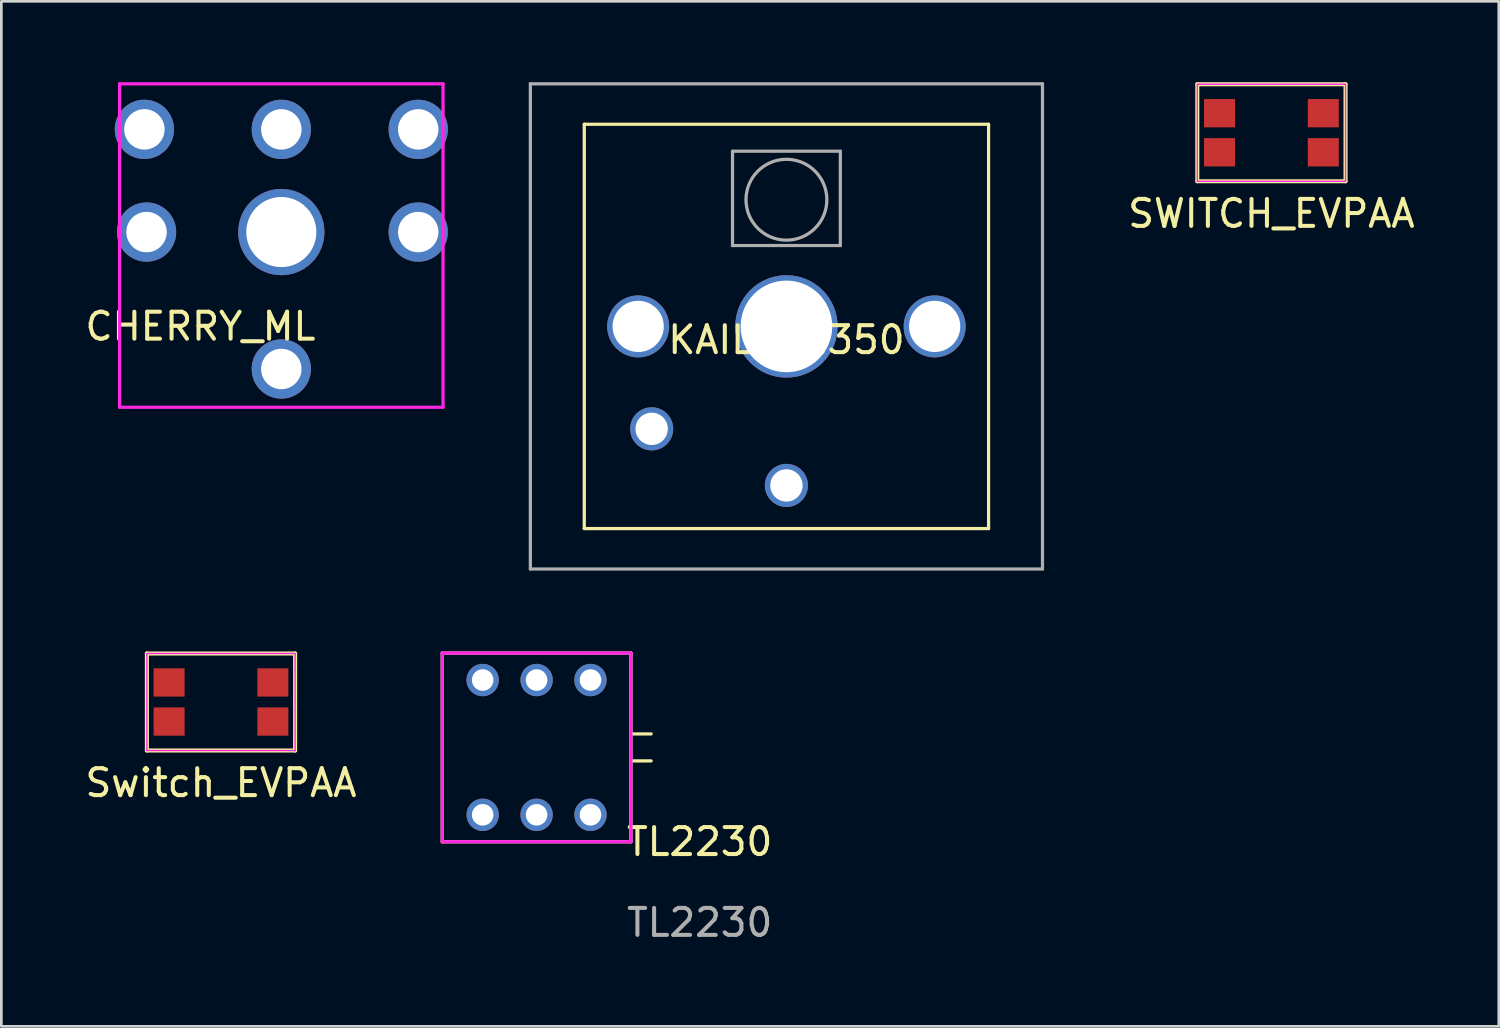
<source format=kicad_pcb>
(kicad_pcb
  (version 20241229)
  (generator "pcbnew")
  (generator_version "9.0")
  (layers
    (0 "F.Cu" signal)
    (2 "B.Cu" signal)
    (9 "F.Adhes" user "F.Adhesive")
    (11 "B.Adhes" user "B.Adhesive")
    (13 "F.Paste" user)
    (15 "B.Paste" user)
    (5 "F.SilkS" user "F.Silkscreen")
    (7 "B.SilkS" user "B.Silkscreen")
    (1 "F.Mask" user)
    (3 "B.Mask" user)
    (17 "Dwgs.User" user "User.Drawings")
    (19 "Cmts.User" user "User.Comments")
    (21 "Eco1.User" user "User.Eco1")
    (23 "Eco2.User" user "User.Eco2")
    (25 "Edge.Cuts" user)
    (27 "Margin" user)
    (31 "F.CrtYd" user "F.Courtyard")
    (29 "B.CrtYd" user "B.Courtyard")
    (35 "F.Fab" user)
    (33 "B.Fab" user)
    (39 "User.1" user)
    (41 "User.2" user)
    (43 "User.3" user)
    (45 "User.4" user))
  (footprint "Switch_EVPAA"
    (layer "F.Cu")
    (at 5.149 22.995)
    (property "Reference" "Switch_EVPAA" (at 0 3 0) (layer "F.SilkS") (effects (font (size 1 1) (thickness 0.15))))
    (attr smd)
    (fp_line (start -2.75 -1.8) (end 2.75 -1.8) (stroke (width 0.15) (type solid)) (layer "F.SilkS"))
    (fp_line (start -2.75 1.8) (end -2.75 -1.8) (stroke (width 0.15) (type solid)) (layer "F.SilkS"))
    (fp_line (start 2.75 -1.8) (end 2.75 1.8) (stroke (width 0.15) (type solid)) (layer "F.SilkS"))
    (fp_line (start 2.75 1.8) (end -2.75 1.8) (stroke (width 0.15) (type solid)) (layer "F.SilkS"))
    (fp_line (start -2.75 -1.8) (end -2.75 1.8) (stroke (width 0.05) (type solid)) (layer "F.CrtYd"))
    (fp_line (start -2.75 1.8) (end 2.75 1.8) (stroke (width 0.05) (type solid)) (layer "F.CrtYd"))
    (fp_line (start 2.75 -1.8) (end -2.75 -1.8) (stroke (width 0.05) (type solid)) (layer "F.CrtYd"))
    (fp_line (start 2.75 1.8) (end 2.75 -1.8) (stroke (width 0.05) (type solid)) (layer "F.CrtYd"))
    (pad "1" smd rect (at -1.925 -0.725) (size 1.15 1.05) (layers "F.Cu" "F.Mask" "F.Paste"))
    (pad "1" smd rect (at 1.925 -0.725) (size 1.15 1.05) (layers "F.Cu" "F.Mask" "F.Paste"))
    (pad "2" smd rect (at -1.925 0.725) (size 1.15 1.05) (layers "F.Cu" "F.Mask" "F.Paste"))
    (pad "2" smd rect (at 1.925 0.725) (size 1.15 1.05) (layers "F.Cu" "F.Mask" "F.Paste")))
  (footprint "CHERRY_ML"
    (layer "F.Cu")
    (at 7.387 5.56)
    (property "Reference" "CHERRY_ML" (at -3 3.5 0) (layer "F.SilkS") (effects (font (size 1 1) (thickness 0.15))))
    (attr through_hole)
    (fp_line (start -6 -5.5) (end 6 -5.5) (stroke (width 0.12) (type solid)) (layer "F.CrtYd"))
    (fp_line (start -6 6.5) (end -6 -5.5) (stroke (width 0.12) (type solid)) (layer "F.CrtYd"))
    (fp_line (start 6 -5.5) (end 6 6.5) (stroke (width 0.12) (type solid)) (layer "F.CrtYd"))
    (fp_line (start 6 6.5) (end -6 6.5) (stroke (width 0.12) (type solid)) (layer "F.CrtYd"))
    (pad "1" thru_hole circle (at 0 -3.81) (size 2.2 2.2) (drill 1.5) (layers "*.Cu" "*.Mask"))
    (pad "2" thru_hole circle (at 0 5.08) (size 2.2 2.2) (drill 1.5) (layers "*.Cu" "*.Mask"))
    (pad "3" thru_hole circle (at -5.08 -3.81) (size 2.2 2.2) (drill 1.5) (layers "*.Cu" "*.Mask"))
    (pad "4" thru_hole circle (at 5.08 -3.81) (size 2.2 2.2) (drill 1.5) (layers "*.Cu" "*.Mask"))
    (pad "5" thru_hole circle (at -5 0) (size 2.2 2.2) (drill 1.5) (layers "*.Cu" "*.Mask"))
    (pad "5" thru_hole circle (at 0 0) (size 3.2 3.2) (drill 2.6) (layers "*.Cu" "*.Mask"))
    (pad "5" thru_hole circle (at 5.08 0) (size 2.2 2.2) (drill 1.5) (layers "*.Cu" "*.Mask")))
  (footprint "SWITCH_EVPAA"
    (layer "F.Cu")
    (at 44.121 1.875)
    (property "Reference" "SWITCH_EVPAA" (at 0 3 0) (layer "F.SilkS") (effects (font (size 1 1) (thickness 0.15))))
    (attr smd)
    (fp_line (start -2.75 -1.8) (end 2.75 -1.8) (stroke (width 0.15) (type solid)) (layer "F.SilkS"))
    (fp_line (start -2.75 1.8) (end -2.75 -1.8) (stroke (width 0.15) (type solid)) (layer "F.SilkS"))
    (fp_line (start 2.75 -1.8) (end 2.75 1.8) (stroke (width 0.15) (type solid)) (layer "F.SilkS"))
    (fp_line (start 2.75 1.8) (end -2.75 1.8) (stroke (width 0.15) (type solid)) (layer "F.SilkS"))
    (fp_line (start -2.75 -1.8) (end -2.75 1.8) (stroke (width 0.05) (type solid)) (layer "F.CrtYd"))
    (fp_line (start -2.75 1.8) (end 2.75 1.8) (stroke (width 0.05) (type solid)) (layer "F.CrtYd"))
    (fp_line (start 2.75 -1.8) (end -2.75 -1.8) (stroke (width 0.05) (type solid)) (layer "F.CrtYd"))
    (fp_line (start 2.75 1.8) (end 2.75 -1.8) (stroke (width 0.05) (type solid)) (layer "F.CrtYd"))
    (pad "1" smd rect (at -1.925 -0.725) (size 1.15 1.05) (layers "F.Cu" "F.Mask" "F.Paste"))
    (pad "1" smd rect (at 1.925 -0.725) (size 1.15 1.05) (layers "F.Cu" "F.Mask" "F.Paste"))
    (pad "2" smd rect (at -1.925 0.725) (size 1.15 1.05) (layers "F.Cu" "F.Mask" "F.Paste"))
    (pad "2" smd rect (at 1.925 0.725) (size 1.15 1.05) (layers "F.Cu" "F.Mask" "F.Paste")))
  (footprint "TL2230"
    (layer "F.Cu")
    (at 16.858 24.68)
    (property "Reference" "TL2230" (at 6.05 3.5 0) (unlocked yes) (layer "F.SilkS") (effects (font (size 1 1) (thickness 0.15))))
    (attr through_hole)
    (fp_line (start -3.5 3.5) (end -3.5 -3.5) (stroke (width 0.12) (type solid)) (layer "F.SilkS"))
    (fp_line (start 3.5 -3.5) (end -3.5 -3.5) (stroke (width 0.12) (type solid)) (layer "F.SilkS"))
    (fp_line (start 3.5 -0.5) (end 4.25 -0.5) (stroke (width 0.12) (type solid)) (layer "F.SilkS"))
    (fp_line (start 3.5 0.5) (end 4.25 0.5) (stroke (width 0.12) (type solid)) (layer "F.SilkS"))
    (fp_line (start 3.5 3.5) (end -3.5 3.5) (stroke (width 0.12) (type solid)) (layer "F.SilkS"))
    (fp_line (start 3.5 3.5) (end 3.5 -3.5) (stroke (width 0.12) (type solid)) (layer "F.SilkS"))
    (fp_line (start -3.5 3.5) (end -3.5 -3.5) (stroke (width 0.12) (type solid)) (layer "F.CrtYd"))
    (fp_line (start 3.5 -3.5) (end -3.5 -3.5) (stroke (width 0.12) (type solid)) (layer "F.CrtYd"))
    (fp_line (start 3.5 3.5) (end -3.5 3.5) (stroke (width 0.12) (type solid)) (layer "F.CrtYd"))
    (fp_line (start 3.5 3.5) (end 3.5 -3.5) (stroke (width 0.12) (type solid)) (layer "F.CrtYd"))
    (fp_text user "${REFERENCE}" (at 6.05 6.5 0) (unlocked yes) (layer "F.Fab") (effects (font (size 1 1) (thickness 0.15))))
    (pad "1" thru_hole circle (at -2 -2.5) (size 1.2 1.2) (drill 0.8) (layers "*.Cu" "*.Mask"))
    (pad "2" thru_hole circle (at 0 -2.5) (size 1.2 1.2) (drill 0.8) (layers "*.Cu" "*.Mask"))
    (pad "3" thru_hole circle (at 2 -2.5) (size 1.2 1.2) (drill 0.8) (layers "*.Cu" "*.Mask"))
    (pad "4" thru_hole circle (at -2 2.5) (size 1.2 1.2) (drill 0.8) (layers "*.Cu" "*.Mask"))
    (pad "5" thru_hole circle (at 0 2.5) (size 1.2 1.2) (drill 0.8) (layers "*.Cu" "*.Mask"))
    (pad "6" thru_hole circle (at 2 2.5) (size 1.2 1.2) (drill 0.8) (layers "*.Cu" "*.Mask")))
  (footprint "KAILH_1350"
    (layer "F.Cu")
    (at 26.127 9.06)
    (property "Reference" "KAILH_1350" (at 0 0.5 0) (layer "F.SilkS") (effects (font (size 1 1) (thickness 0.15))))
    (attr through_hole)
    (fp_line (start -7.5 -7.5) (end 7.5 -7.5) (stroke (width 0.12) (type solid)) (layer "F.SilkS"))
    (fp_line (start -7.5 7.5) (end -7.5 -7.5) (stroke (width 0.12) (type solid)) (layer "F.SilkS"))
    (fp_line (start 7.5 -7.5) (end 7.5 7.5) (stroke (width 0.12) (type solid)) (layer "F.SilkS"))
    (fp_line (start 7.5 7.5) (end -7.5 7.5) (stroke (width 0.12) (type solid)) (layer "F.SilkS"))
    (fp_line (start -9.5 -9) (end 9.5 -9) (stroke (width 0.12) (type solid)) (layer "F.Fab"))
    (fp_line (start -9.5 9) (end -9.5 -9) (stroke (width 0.12) (type solid)) (layer "F.Fab"))
    (fp_line (start -2 -6.5) (end 2 -6.5) (stroke (width 0.12) (type solid)) (layer "F.Fab"))
    (fp_line (start -2 -3) (end -2 -6.5) (stroke (width 0.12) (type solid)) (layer "F.Fab"))
    (fp_line (start 2 -6.5) (end 2 -3) (stroke (width 0.12) (type solid)) (layer "F.Fab"))
    (fp_line (start 2 -3) (end -2 -3) (stroke (width 0.12) (type solid)) (layer "F.Fab"))
    (fp_line (start 9.5 -9) (end 9.5 9) (stroke (width 0.12) (type solid)) (layer "F.Fab"))
    (fp_line (start 9.5 9) (end -9.5 9) (stroke (width 0.12) (type solid)) (layer "F.Fab"))
    (fp_circle (center 0 -4.7) (end 1.5 -4.7) (stroke (width 0.12) (type solid)) (fill no) (layer "F.Fab"))
    (pad "1" thru_hole circle (at 0 5.9) (size 1.6 1.6) (drill 1.2) (layers "*.Cu" "*.Mask"))
    (pad "2" thru_hole circle (at -5 3.8) (size 1.6 1.6) (drill 1.2) (layers "*.Cu" "*.Mask"))
    (pad "3" thru_hole circle (at -5.5 0) (size 2.3 2.3) (drill 1.9) (layers "*.Cu" "*.Mask"))
    (pad "4" thru_hole circle (at 0 0) (size 3.8 3.8) (drill 3.4) (layers "*.Cu" "*.Mask"))
    (pad "5" thru_hole circle (at 5.5 0) (size 2.3 2.3) (drill 1.9) (layers "*.Cu" "*.Mask")))
  (gr_rect
    (start -3 -3)
    (end 52.556 35.028)
    (stroke (width 0.1) (type default))
    (fill no)
    (layer "Edge.Cuts")))
</source>
